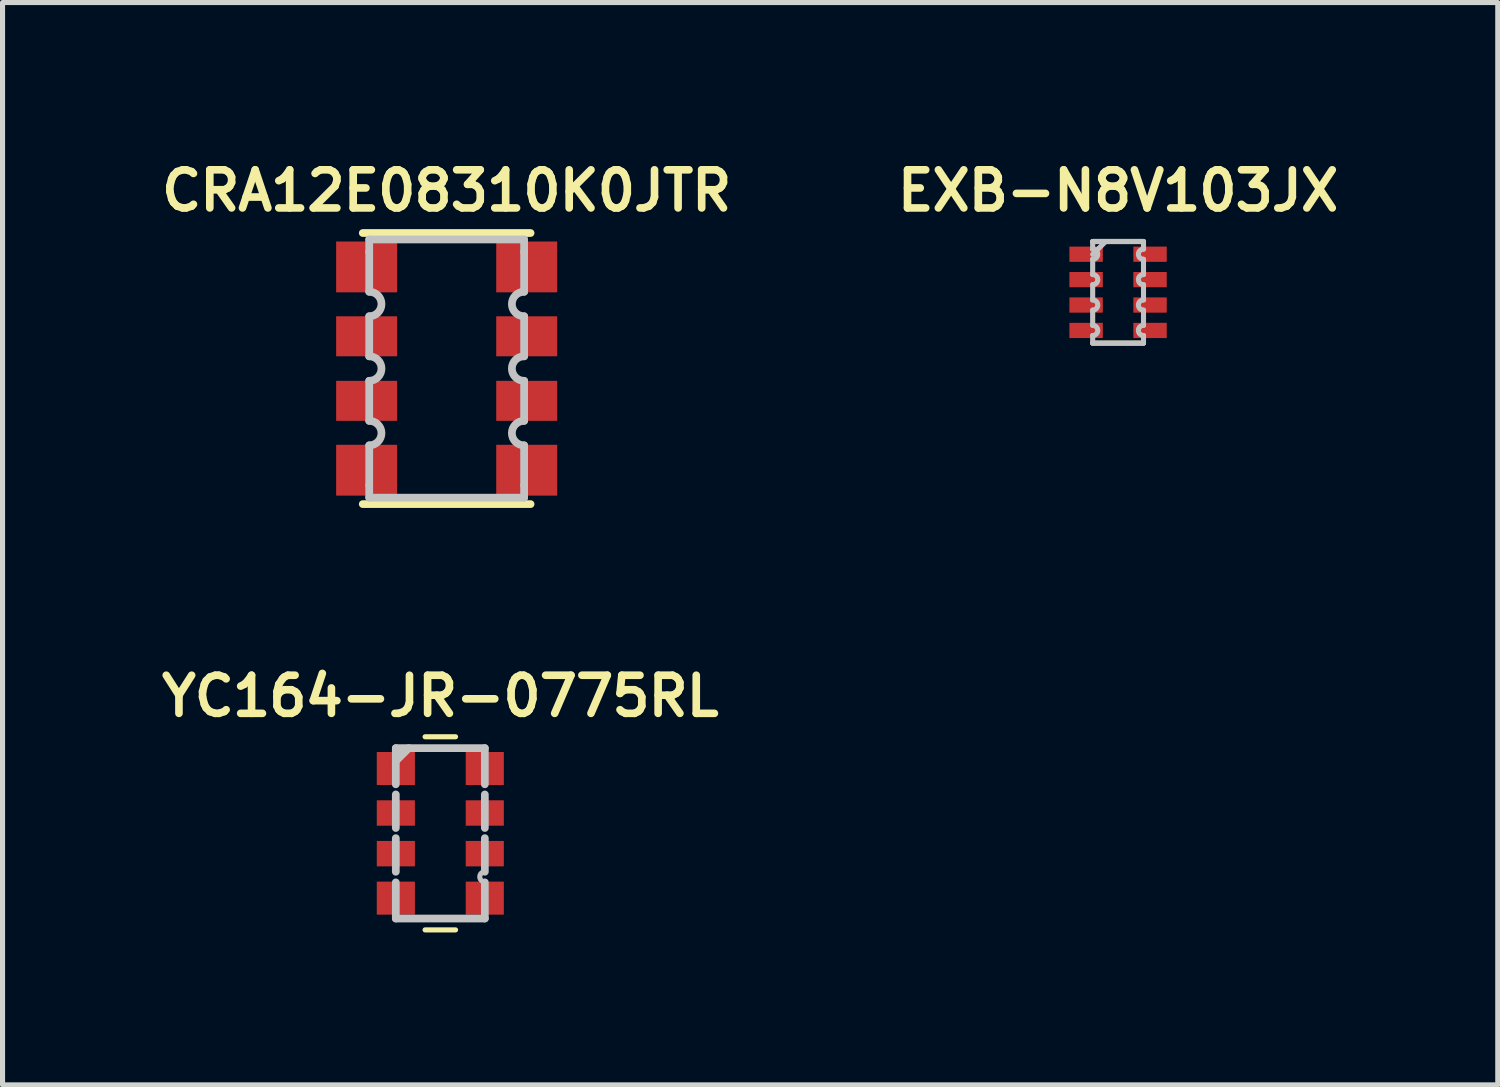
<source format=kicad_pcb>
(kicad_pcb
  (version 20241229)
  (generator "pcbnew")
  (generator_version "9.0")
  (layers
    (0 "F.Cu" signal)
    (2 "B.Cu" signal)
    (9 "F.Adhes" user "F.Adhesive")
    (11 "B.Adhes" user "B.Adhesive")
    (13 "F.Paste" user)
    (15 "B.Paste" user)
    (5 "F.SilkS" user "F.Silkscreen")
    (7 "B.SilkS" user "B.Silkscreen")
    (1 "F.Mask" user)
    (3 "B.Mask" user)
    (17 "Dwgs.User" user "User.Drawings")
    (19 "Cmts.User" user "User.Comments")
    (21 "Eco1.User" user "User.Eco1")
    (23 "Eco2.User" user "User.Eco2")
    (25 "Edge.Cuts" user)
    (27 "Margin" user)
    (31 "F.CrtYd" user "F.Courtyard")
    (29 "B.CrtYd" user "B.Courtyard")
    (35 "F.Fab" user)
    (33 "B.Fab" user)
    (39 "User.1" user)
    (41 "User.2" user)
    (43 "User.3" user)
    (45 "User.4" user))
  (footprint "EXB-N8V103JX"
    (layer "F.Cu")
    (at 18.95 2.702)
    (property "Reference" "EXB-N8V103JX" (at 0 -2 0) (layer "F.SilkS") (effects (font (size 0.75 0.75) (thickness 0.15))))
    (attr through_hole)
    (fp_line (start -0.5 -1) (end 0.5 -1) (stroke (width 0.1) (type solid)) (layer "F.SilkS"))
    (fp_line (start -0.5 1) (end 0.5 1) (stroke (width 0.1) (type solid)) (layer "F.SilkS"))
    (fp_line (start -0.5 -1) (end 0.5 -1) (stroke (width 0.1) (type solid)) (layer "Dwgs.User"))
    (fp_line (start -0.5 -0.85) (end -0.5 -1) (stroke (width 0.1) (type solid)) (layer "Dwgs.User"))
    (fp_line (start -0.5 0.85) (end -0.5 1) (stroke (width 0.1) (type solid)) (layer "Dwgs.User"))
    (fp_line (start -0.5 1) (end 0.5 1) (stroke (width 0.1) (type solid)) (layer "Dwgs.User"))
    (fp_line (start -0.5 -0.65) (end -0.5 -0.35) (stroke (width 0.1) (type solid)) (layer "Dwgs.User"))
    (fp_line (start -0.5 -0.15) (end -0.5 0.15) (stroke (width 0.1) (type solid)) (layer "Dwgs.User"))
    (fp_line (start -0.5 0.35) (end -0.5 0.65) (stroke (width 0.1) (type solid)) (layer "Dwgs.User"))
    (fp_line (start -0.246 -1) (end -0.5 -0.746) (stroke (width 0.1) (type solid)) (layer "Dwgs.User"))
    (fp_line (start 0.5 -0.65) (end 0.5 -0.35) (stroke (width 0.1) (type solid)) (layer "Dwgs.User"))
    (fp_line (start 0.5 -0.15) (end 0.5 0.15) (stroke (width 0.1) (type solid)) (layer "Dwgs.User"))
    (fp_line (start 0.5 0.35) (end 0.5 0.65) (stroke (width 0.1) (type solid)) (layer "Dwgs.User"))
    (fp_line (start 0.5 -0.85) (end 0.5 -1) (stroke (width 0.1) (type solid)) (layer "Dwgs.User"))
    (fp_line (start 0.5 0.85) (end 0.5 1) (stroke (width 0.1) (type solid)) (layer "Dwgs.User"))
    (fp_arc (start -0.5 0.650002) (mid -0.400001 0.750001) (end -0.5 0.85) (stroke (width 0.1) (type solid)) (layer "Dwgs.User"))
    (fp_arc (start -0.499999 -0.849999) (mid -0.4 -0.75) (end -0.499999 -0.650001) (stroke (width 0.1) (type solid)) (layer "Dwgs.User"))
    (fp_arc (start -0.499999 -0.349999) (mid -0.4 -0.25) (end -0.499999 -0.150001) (stroke (width 0.1) (type solid)) (layer "Dwgs.User"))
    (fp_arc (start -0.499999 0.150001) (mid -0.4 0.25) (end -0.499999 0.349999) (stroke (width 0.1) (type solid)) (layer "Dwgs.User"))
    (fp_arc (start 0.499999 -0.650001) (mid 0.399999 -0.750001) (end 0.499999 -0.850001) (stroke (width 0.1) (type solid)) (layer "Dwgs.User"))
    (fp_arc (start 0.499999 -0.150001) (mid 0.4 -0.25) (end 0.499999 -0.349999) (stroke (width 0.1) (type solid)) (layer "Dwgs.User"))
    (fp_arc (start 0.499999 0.349999) (mid 0.4 0.25) (end 0.499999 0.150001) (stroke (width 0.1) (type solid)) (layer "Dwgs.User"))
    (fp_arc (start 0.499999 0.850001) (mid 0.399999 0.750001) (end 0.499999 0.650001) (stroke (width 0.1) (type solid)) (layer "Dwgs.User"))
    (pad "1" smd rect (at -0.629 -0.75) (size 0.657 0.3) (layers "F.Cu" "F.Mask" "F.Paste"))
    (pad "2" smd rect (at -0.629 -0.25) (size 0.657 0.3) (layers "F.Cu" "F.Mask" "F.Paste"))
    (pad "3" smd rect (at -0.629 0.25) (size 0.657 0.3) (layers "F.Cu" "F.Mask" "F.Paste"))
    (pad "4" smd rect (at -0.629 0.75) (size 0.657 0.3) (layers "F.Cu" "F.Mask" "F.Paste"))
    (pad "5" smd rect (at 0.629 0.75) (size 0.657 0.3) (layers "F.Cu" "F.Mask" "F.Paste"))
    (pad "6" smd rect (at 0.629 0.25) (size 0.657 0.3) (layers "F.Cu" "F.Mask" "F.Paste"))
    (pad "7" smd rect (at 0.629 -0.25) (size 0.657 0.3) (layers "F.Cu" "F.Mask" "F.Paste"))
    (pad "8" smd rect (at 0.629 -0.75) (size 0.657 0.3) (layers "F.Cu" "F.Mask" "F.Paste")))
  (footprint "CRA12E08310K0JTR"
    (layer "F.Cu")
    (at 5.739 4.202)
    (property "Reference" "CRA12E08310K0JTR" (at 0 -3.5 0) (layer "F.SilkS") (effects (font (size 0.75 0.75) (thickness 0.15))))
    (attr through_hole)
    (fp_line (start -1.651 2.667) (end 1.651 2.667) (stroke (width 0.152) (type solid)) (layer "F.SilkS"))
    (fp_line (start 1.651 -2.667) (end -1.651 -2.667) (stroke (width 0.152) (type solid)) (layer "F.SilkS"))
    (fp_line (start -1.524 -2.54) (end -1.524 -2.299) (stroke (width 0.152) (type solid)) (layer "Dwgs.User"))
    (fp_line (start -1.524 -2.299) (end -1.524 -1.511) (stroke (width 0.152) (type solid)) (layer "Dwgs.User"))
    (fp_line (start -1.524 -1.029) (end -1.524 -0.241) (stroke (width 0.152) (type solid)) (layer "Dwgs.User"))
    (fp_line (start -1.524 0.241) (end -1.524 1.029) (stroke (width 0.152) (type solid)) (layer "Dwgs.User"))
    (fp_line (start -1.524 1.511) (end -1.524 2.299) (stroke (width 0.152) (type solid)) (layer "Dwgs.User"))
    (fp_line (start -1.524 2.299) (end -1.524 2.54) (stroke (width 0.152) (type solid)) (layer "Dwgs.User"))
    (fp_line (start -1.524 2.54) (end 1.524 2.54) (stroke (width 0.152) (type solid)) (layer "Dwgs.User"))
    (fp_line (start 1.524 -2.54) (end -1.524 -2.54) (stroke (width 0.152) (type solid)) (layer "Dwgs.User"))
    (fp_line (start 1.524 -2.54) (end 1.524 -2.299) (stroke (width 0.152) (type solid)) (layer "Dwgs.User"))
    (fp_line (start 1.524 -2.299) (end 1.524 -1.511) (stroke (width 0.152) (type solid)) (layer "Dwgs.User"))
    (fp_line (start 1.524 -1.029) (end 1.524 -0.241) (stroke (width 0.152) (type solid)) (layer "Dwgs.User"))
    (fp_line (start 1.524 0.241) (end 1.524 1.029) (stroke (width 0.152) (type solid)) (layer "Dwgs.User"))
    (fp_line (start 1.524 1.511) (end 1.524 2.299) (stroke (width 0.152) (type solid)) (layer "Dwgs.User"))
    (fp_line (start 1.524 2.299) (end 1.524 2.54) (stroke (width 0.152) (type solid)) (layer "Dwgs.User"))
    (fp_arc (start -1.524 -1.5113) (mid -1.2827 -1.27) (end -1.524 -1.0287) (stroke (width 0.1524) (type solid)) (layer "Dwgs.User"))
    (fp_arc (start -1.524 -0.2413) (mid -1.2827 0) (end -1.524 0.2413) (stroke (width 0.1524) (type solid)) (layer "Dwgs.User"))
    (fp_arc (start -1.524 1.0287) (mid -1.2827 1.27) (end -1.524 1.5113) (stroke (width 0.1524) (type solid)) (layer "Dwgs.User"))
    (fp_arc (start 1.524 -1.0287) (mid 1.2827 -1.27) (end 1.524 -1.5113) (stroke (width 0.1524) (type solid)) (layer "Dwgs.User"))
    (fp_arc (start 1.524 0.2413) (mid 1.2827 0) (end 1.524 -0.2413) (stroke (width 0.1524) (type solid)) (layer "Dwgs.User"))
    (fp_arc (start 1.524 1.5113) (mid 1.2827 1.27) (end 1.524 1.0287) (stroke (width 0.1524) (type solid)) (layer "Dwgs.User"))
    (pad "1" smd rect (at -1.575 -2) (size 1.2 1) (layers "F.Cu" "F.Mask" "F.Paste"))
    (pad "2" smd rect (at -1.575 -0.635) (size 1.2 0.787) (layers "F.Cu" "F.Mask" "F.Paste"))
    (pad "3" smd rect (at -1.575 0.635) (size 1.2 0.787) (layers "F.Cu" "F.Mask" "F.Paste"))
    (pad "4" smd rect (at -1.575 2) (size 1.2 1) (layers "F.Cu" "F.Mask" "F.Paste"))
    (pad "5" smd rect (at 1.575 2) (size 1.2 1) (layers "F.Cu" "F.Mask" "F.Paste"))
    (pad "6" smd rect (at 1.575 0.635) (size 1.2 0.787) (layers "F.Cu" "F.Mask" "F.Paste"))
    (pad "7" smd rect (at 1.575 -0.635) (size 1.2 0.787) (layers "F.Cu" "F.Mask" "F.Paste"))
    (pad "8" smd rect (at 1.575 -2) (size 1.2 1) (layers "F.Cu" "F.Mask" "F.Paste")))
  (footprint "YC164-JR-0775RL"
    (layer "F.Cu")
    (at 5.614 13.347)
    (property "Reference" "YC164-JR-0775RL" (at 0 -2.7 0) (layer "F.SilkS") (effects (font (size 0.75 0.75) (thickness 0.15))))
    (attr through_hole)
    (fp_line (start -0.3 -1.9) (end 0.3 -1.9) (stroke (width 0.1) (type solid)) (layer "F.SilkS"))
    (fp_line (start -0.3 1.9) (end 0.3 1.9) (stroke (width 0.1) (type solid)) (layer "F.SilkS"))
    (fp_line (start -0.876 -1.676) (end 0.876 -1.676) (stroke (width 0.152) (type solid)) (layer "Dwgs.User"))
    (fp_line (start -0.876 -0.965) (end -0.876 -1.676) (stroke (width 0.152) (type solid)) (layer "Dwgs.User"))
    (fp_line (start -0.876 -0.765) (end -0.876 -0.105) (stroke (width 0.152) (type solid)) (layer "Dwgs.User"))
    (fp_line (start -0.876 0.095) (end -0.876 0.756) (stroke (width 0.152) (type solid)) (layer "Dwgs.User"))
    (fp_line (start -0.876 0.965) (end -0.876 1.676) (stroke (width 0.152) (type solid)) (layer "Dwgs.User"))
    (fp_line (start -0.876 1.676) (end 0.876 1.676) (stroke (width 0.152) (type solid)) (layer "Dwgs.User"))
    (fp_line (start -0.622 -1.676) (end -0.876 -1.422) (stroke (width 0.152) (type solid)) (layer "Dwgs.User"))
    (fp_line (start 0.876 -0.965) (end 0.876 -1.676) (stroke (width 0.152) (type solid)) (layer "Dwgs.User"))
    (fp_line (start 0.876 -0.765) (end 0.876 -0.105) (stroke (width 0.152) (type solid)) (layer "Dwgs.User"))
    (fp_line (start 0.876 0.095) (end 0.876 0.756) (stroke (width 0.152) (type solid)) (layer "Dwgs.User"))
    (fp_line (start 0.876 0.965) (end 0.876 1.676) (stroke (width 0.152) (type solid)) (layer "Dwgs.User"))
    (fp_arc (start 0.8763 0.955599) (mid 0.7763 0.855599) (end 0.8763 0.755599) (stroke (width 0.1) (type solid)) (layer "Dwgs.User"))
    (pad "1" smd rect (at -0.875 -1.275) (size 0.75 0.65) (layers "F.Cu" "F.Mask" "F.Paste"))
    (pad "2" smd rect (at -0.875 -0.4) (size 0.75 0.5) (layers "F.Cu" "F.Mask" "F.Paste"))
    (pad "3" smd rect (at -0.875 0.4) (size 0.75 0.5) (layers "F.Cu" "F.Mask" "F.Paste"))
    (pad "4" smd rect (at -0.875 1.275) (size 0.75 0.65) (layers "F.Cu" "F.Mask" "F.Paste"))
    (pad "5" smd rect (at 0.875 1.275) (size 0.75 0.65) (layers "F.Cu" "F.Mask" "F.Paste"))
    (pad "6" smd rect (at 0.875 0.4) (size 0.75 0.5) (layers "F.Cu" "F.Mask" "F.Paste"))
    (pad "7" smd rect (at 0.875 -0.4) (size 0.75 0.5) (layers "F.Cu" "F.Mask" "F.Paste"))
    (pad "8" smd rect (at 0.875 -1.275) (size 0.75 0.65) (layers "F.Cu" "F.Mask" "F.Paste")))
  (gr_rect
    (start -3 -3)
    (end 26.421 18.297)
    (stroke (width 0.1) (type default))
    (fill no)
    (layer "Edge.Cuts")))
</source>
